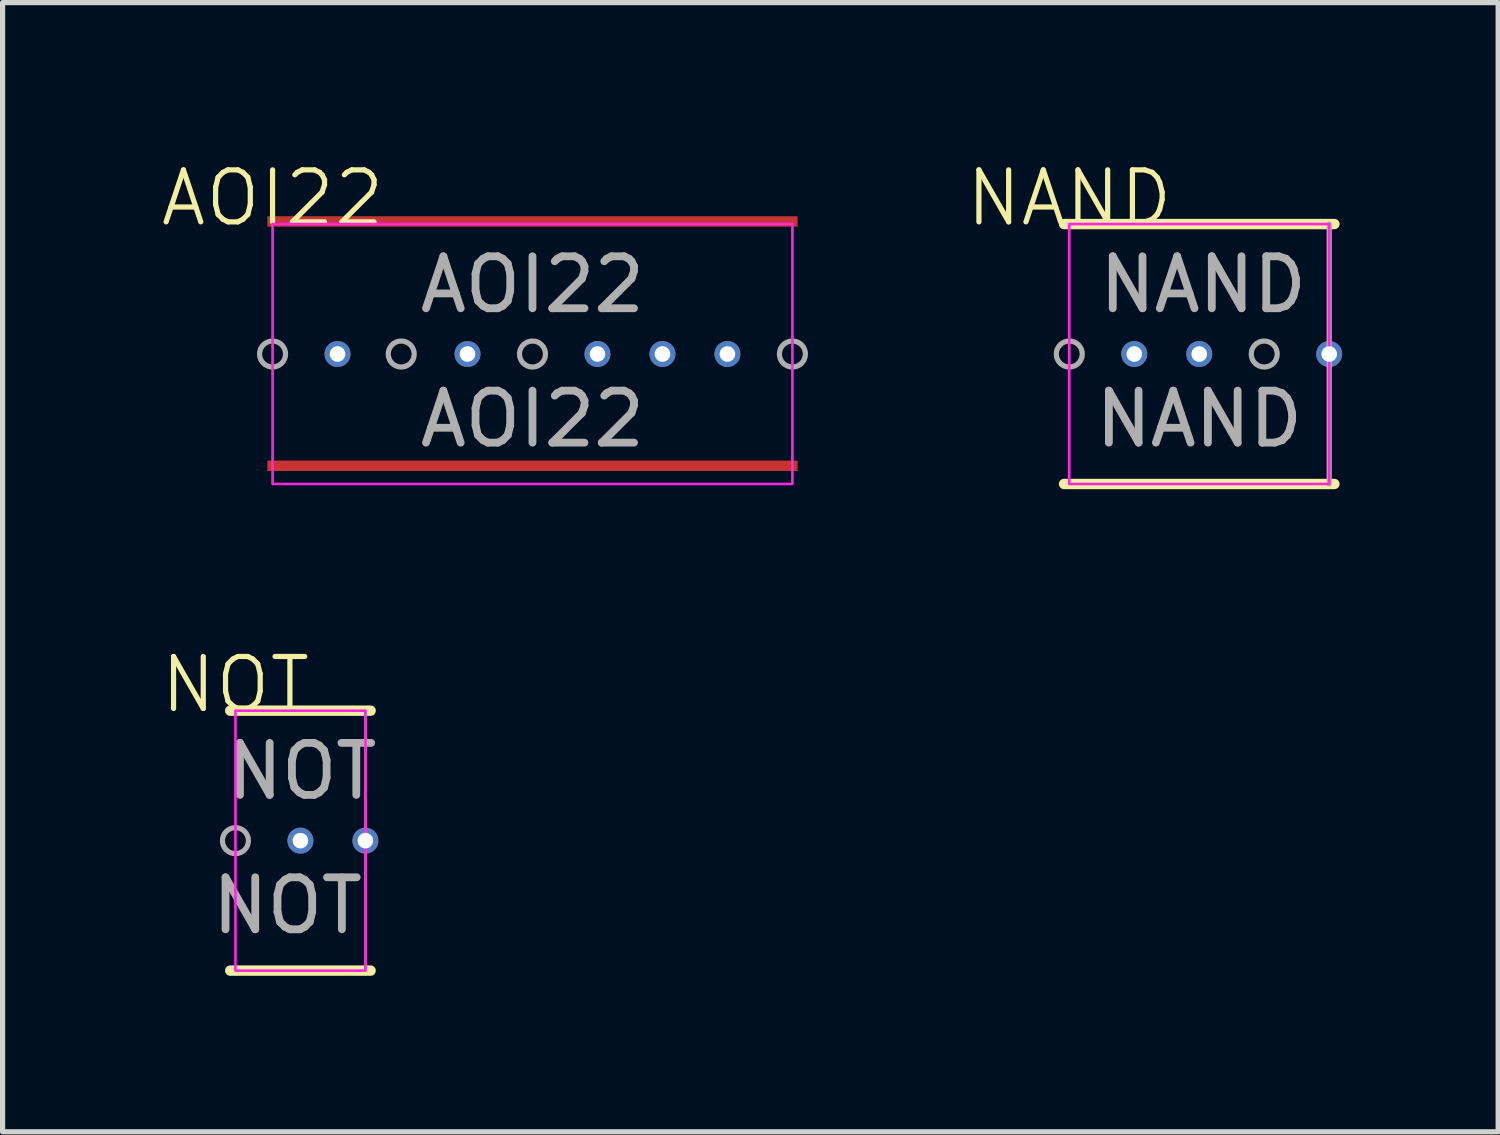
<source format=kicad_pcb>
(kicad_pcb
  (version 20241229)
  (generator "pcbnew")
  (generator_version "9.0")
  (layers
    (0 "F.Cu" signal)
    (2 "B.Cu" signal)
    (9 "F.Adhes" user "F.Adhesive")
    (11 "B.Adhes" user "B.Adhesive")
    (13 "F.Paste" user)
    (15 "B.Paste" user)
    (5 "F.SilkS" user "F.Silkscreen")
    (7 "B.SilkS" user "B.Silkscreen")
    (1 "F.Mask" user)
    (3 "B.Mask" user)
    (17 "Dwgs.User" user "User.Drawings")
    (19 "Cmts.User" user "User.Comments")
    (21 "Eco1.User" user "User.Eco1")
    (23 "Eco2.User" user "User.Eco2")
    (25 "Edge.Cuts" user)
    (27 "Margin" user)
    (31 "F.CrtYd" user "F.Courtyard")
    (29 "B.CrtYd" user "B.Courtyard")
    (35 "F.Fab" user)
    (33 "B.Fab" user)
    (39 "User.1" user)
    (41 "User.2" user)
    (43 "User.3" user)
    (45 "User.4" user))
  (footprint "AOI22"
    (layer "F.Cu")
    (at 2.193 1.26)
    (property "Reference" "AOI22" (at 0 -0.5 0) (unlocked yes) (layer "F.SilkS") (effects (font (size 1 1) (thickness 0.1))))
    (attr smd)
    (fp_rect (start 0 0) (end 10 5) (stroke (width 0.05) (type default)) (fill no) (layer "F.CrtYd"))
    (fp_circle (center 0 2.5) (end 0.25 2.5) (stroke (width 0.1) (type default)) (fill no) (layer "F.Fab"))
    (fp_circle (center 2.475 2.5) (end 2.725 2.5) (stroke (width 0.1) (type default)) (fill no) (layer "F.Fab"))
    (fp_circle (center 5 2.5) (end 5.25 2.5) (stroke (width 0.1) (type default)) (fill no) (layer "F.Fab"))
    (fp_circle (center 10 2.5) (end 10.25 2.5) (stroke (width 0.1) (type default)) (fill no) (layer "F.Fab"))
    (fp_text user "${REFERENCE}" (at 5 3.75 0) (unlocked yes) (layer "F.Fab") (effects (font (size 1 1) (thickness 0.15))))
    (fp_text user "AOI22" (at 5 1.75 0) (unlocked yes) (layer "F.Fab") (effects (font (size 1 1) (thickness 0.15)) (justify bottom)))
    (pad "" smd rect (at 5 -0.05) (size 10.2 0.2) (layers "F.Cu" "F.Mask" "F.Paste" "Eco2.User"))
    (pad "" smd rect (at 5 4.65) (size 10.2 0.2) (layers "F.Cu" "F.Mask" "F.Paste" "Eco2.User"))
    (pad "A" thru_hole circle (at 1.25 2.5) (size 0.5 0.5) (drill 0.3) (layers "*.Cu" "*.Mask"))
    (pad "B" thru_hole circle (at 3.75 2.5) (size 0.5 0.5) (drill 0.3) (layers "*.Cu" "*.Mask"))
    (pad "C" thru_hole circle (at 6.25 2.5) (size 0.5 0.5) (drill 0.3) (layers "*.Cu" "*.Mask"))
    (pad "D" thru_hole circle (at 7.5 2.5) (size 0.5 0.5) (drill 0.3) (layers "*.Cu" "*.Mask"))
    (pad "Y" thru_hole circle (at 8.75 2.5) (size 0.5 0.5) (drill 0.3) (layers "*.Cu" "*.Mask")))
  (footprint "NOT"
    (layer "F.Cu")
    (at 1.479 10.621)
    (property "Reference" "NOT" (at 0 -0.5 0) (unlocked yes) (layer "F.SilkS") (effects (font (size 1 1) (thickness 0.1))))
    (attr smd)
    (fp_line (start -0.1 0) (end 2.6 0) (stroke (width 0.2) (type default)) (layer "F.SilkS"))
    (fp_line (start -0.1 5) (end 2.6 5) (stroke (width 0.2) (type default)) (layer "F.SilkS"))
    (fp_rect (start 0 0) (end 2.5 5) (stroke (width 0.05) (type default)) (fill no) (layer "F.CrtYd"))
    (fp_line (start 2.5 0) (end 2.5 5) (stroke (width 0.05) (type default)) (layer "F.Fab"))
    (fp_circle (center 0 2.5) (end 0.25 2.5) (stroke (width 0.1) (type default)) (fill no) (layer "F.Fab"))
    (fp_text user "${REFERENCE}" (at 1 3.75 0) (unlocked yes) (layer "F.Fab") (effects (font (size 1 1) (thickness 0.15))))
    (fp_text user "NOT" (at -0.25 1.75 0) (unlocked yes) (layer "F.Fab") (effects (font (size 1 1) (thickness 0.15)) (justify left bottom)))
    (pad "A" thru_hole circle (at 1.25 2.5) (size 0.5 0.5) (drill 0.3) (layers "*.Cu" "*.Mask"))
    (pad "Y" thru_hole circle (at 2.5 2.5) (size 0.5 0.5) (drill 0.3) (layers "*.Cu" "*.Mask")))
  (footprint "NAND"
    (layer "F.Cu")
    (at 17.519 1.26)
    (property "Reference" "NAND" (at 0 -0.5 0) (unlocked yes) (layer "F.SilkS") (effects (font (size 1 1) (thickness 0.1))))
    (attr smd)
    (fp_line (start -0.1 0) (end 5.1 0) (stroke (width 0.2) (type default)) (layer "F.SilkS"))
    (fp_line (start -0.1 5) (end 5.1 5) (stroke (width 0.2) (type default)) (layer "F.SilkS"))
    (fp_rect (start 0 0) (end 5 5) (stroke (width 0.05) (type default)) (fill no) (layer "F.CrtYd"))
    (fp_line (start 5 0) (end 5 5) (stroke (width 0.1) (type default)) (layer "F.Fab"))
    (fp_circle (center 0 2.5) (end 0.25 2.5) (stroke (width 0.1) (type default)) (fill no) (layer "F.Fab"))
    (fp_circle (center 3.75 2.5) (end 4 2.5) (stroke (width 0.1) (type default)) (fill no) (layer "F.Fab"))
    (fp_text user "NAND" (at 0.5 1.75 0) (unlocked yes) (layer "F.Fab") (effects (font (size 1 1) (thickness 0.15)) (justify left bottom)))
    (fp_text user "${REFERENCE}" (at 2.5 3.75 0) (unlocked yes) (layer "F.Fab") (effects (font (size 1 1) (thickness 0.15))))
    (pad "A" thru_hole circle (at 1.25 2.5) (size 0.5 0.5) (drill 0.3) (layers "*.Cu" "*.Mask"))
    (pad "B" thru_hole circle (at 2.5 2.5) (size 0.5 0.5) (drill 0.3) (layers "*.Cu" "*.Mask"))
    (pad "Y" thru_hole circle (at 5 2.5) (size 0.5 0.5) (drill 0.3) (layers "*.Cu" "*.Mask")))
  (gr_rect
    (start -3 -3)
    (end 25.769 18.721)
    (stroke (width 0.1) (type default))
    (fill no)
    (layer "Edge.Cuts")))
</source>
